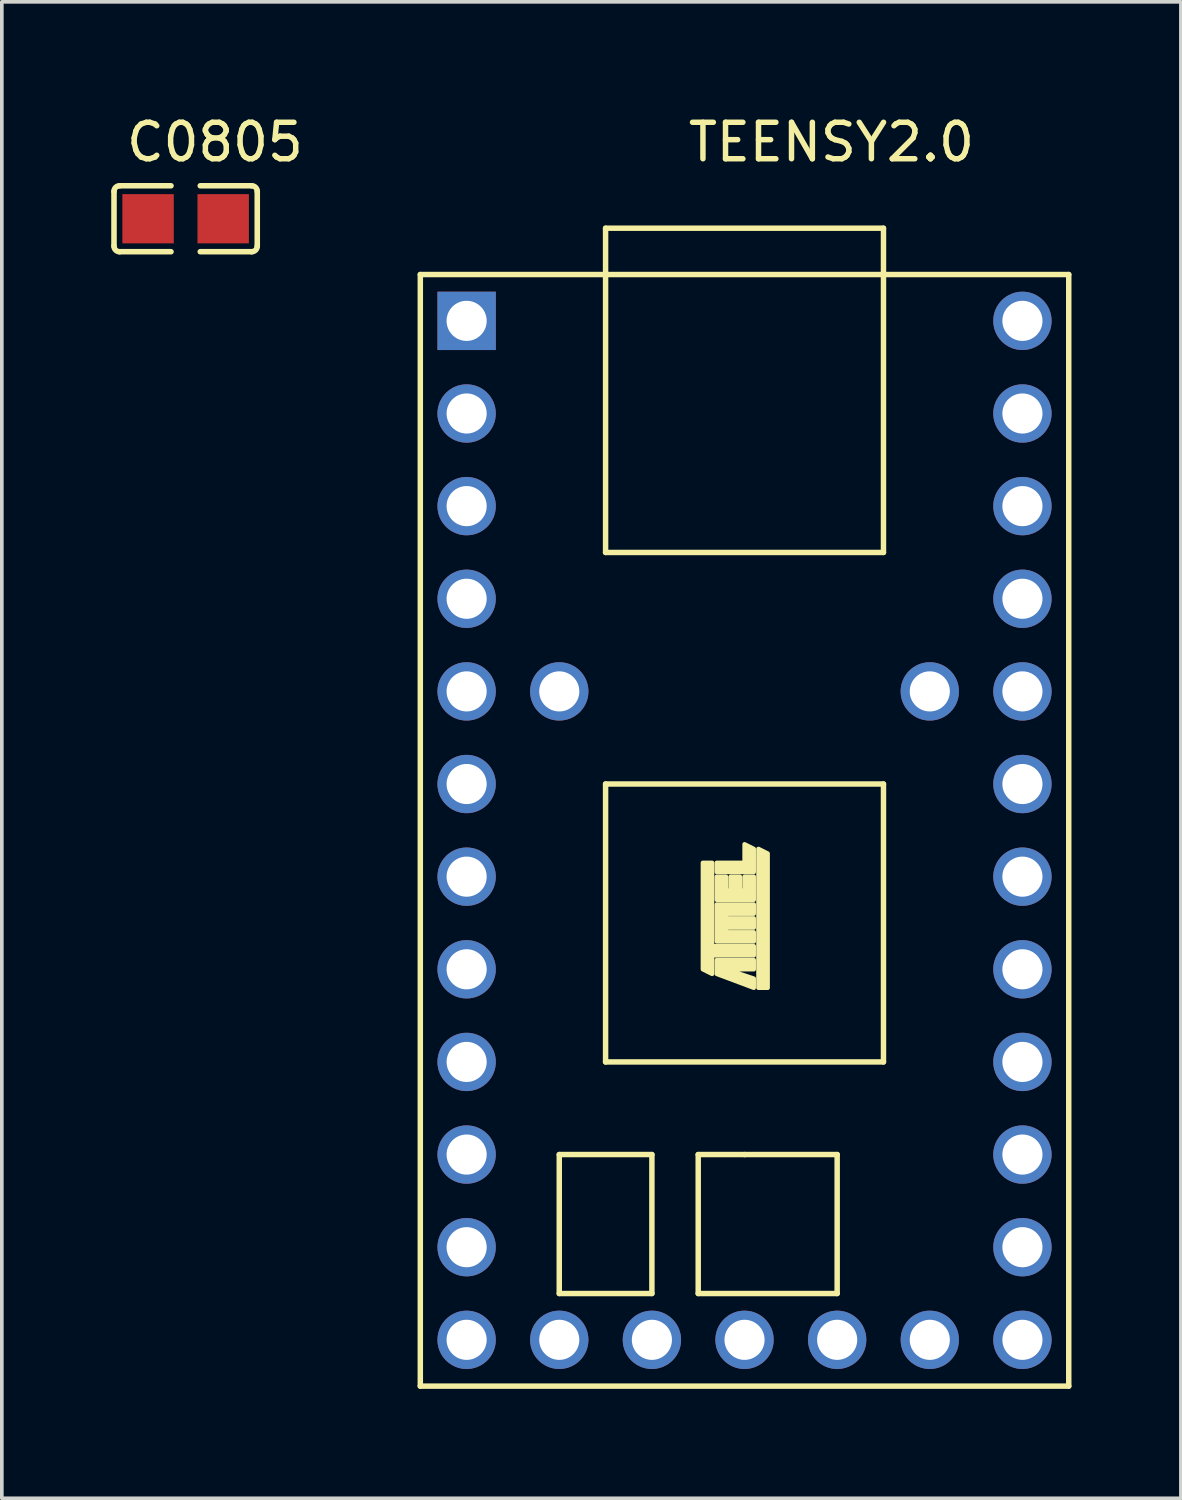
<source format=kicad_pcb>
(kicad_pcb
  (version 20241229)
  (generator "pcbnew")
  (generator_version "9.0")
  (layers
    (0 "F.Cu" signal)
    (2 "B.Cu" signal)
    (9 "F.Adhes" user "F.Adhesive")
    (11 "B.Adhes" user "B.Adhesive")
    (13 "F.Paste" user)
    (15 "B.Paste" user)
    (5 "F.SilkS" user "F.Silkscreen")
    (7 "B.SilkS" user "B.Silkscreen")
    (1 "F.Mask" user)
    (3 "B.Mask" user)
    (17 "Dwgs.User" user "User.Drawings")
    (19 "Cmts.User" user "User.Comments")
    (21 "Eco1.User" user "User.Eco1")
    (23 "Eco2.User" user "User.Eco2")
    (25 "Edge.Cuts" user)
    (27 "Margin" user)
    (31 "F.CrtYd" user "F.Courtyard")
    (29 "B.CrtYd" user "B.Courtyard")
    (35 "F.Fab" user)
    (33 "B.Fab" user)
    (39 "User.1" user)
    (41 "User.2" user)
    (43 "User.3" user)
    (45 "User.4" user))
  (footprint "C0805"
    (layer "F.Cu")
    (at 2.04 2.948)
    (property "Reference" "C0805" (at -1.7 -2.1 0) (layer "F.SilkS") (effects (font (size 1 1) (thickness 0.15)) (justify left)))
    (attr smd)
    (fp_line (start -1.964 0.751) (end -1.964 -0.751) (stroke (width 0.152) (type solid)) (layer "F.SilkS"))
    (fp_line (start -1.811 -0.904) (end -0.401 -0.904) (stroke (width 0.152) (type solid)) (layer "F.SilkS"))
    (fp_line (start -0.401 0.904) (end -1.811 0.904) (stroke (width 0.152) (type solid)) (layer "F.SilkS"))
    (fp_line (start 0.401 0.904) (end 1.811 0.904) (stroke (width 0.152) (type solid)) (layer "F.SilkS"))
    (fp_line (start 1.811 -0.904) (end 0.401 -0.904) (stroke (width 0.152) (type solid)) (layer "F.SilkS"))
    (fp_line (start 1.964 0.751) (end 1.964 -0.751) (stroke (width 0.152) (type solid)) (layer "F.SilkS"))
    (fp_arc (start -1.964 -0.751) (mid -1.919187 -0.859187) (end -1.811 -0.904) (stroke (width 0.152) (type solid)) (layer "F.SilkS"))
    (fp_arc (start -1.811 0.904) (mid -1.919187 0.859187) (end -1.964 0.751) (stroke (width 0.152) (type solid)) (layer "F.SilkS"))
    (fp_arc (start 1.811 -0.904) (mid 1.919187 -0.859187) (end 1.964 -0.751) (stroke (width 0.152) (type solid)) (layer "F.SilkS"))
    (fp_arc (start 1.964 0.751) (mid 1.919187 0.859187) (end 1.811 0.904) (stroke (width 0.152) (type solid)) (layer "F.SilkS"))
    (pad "1" smd rect (at -1.03 0) (size 1.41 1.35) (layers "F.Cu" "F.Mask" "F.Paste"))
    (pad "2" smd rect (at 1.03 0) (size 1.41 1.35) (layers "F.Cu" "F.Mask" "F.Paste")))
  (footprint "TEENSY2.0"
    (layer "F.Cu")
    (at 9.745 5.748)
    (property "Reference" "TEENSY2.0" (at 6 -4.9 0) (layer "F.SilkS") (effects (font (size 1 1) (thickness 0.15)) (justify left)))
    (attr through_hole)
    (fp_line (start -1.27 -1.27) (end 16.51 -1.27) (stroke (width 0.15) (type solid)) (layer "F.SilkS"))
    (fp_line (start -1.27 29.21) (end -1.27 -1.27) (stroke (width 0.15) (type solid)) (layer "F.SilkS"))
    (fp_line (start 2.54 22.86) (end 2.54 26.67) (stroke (width 0.15) (type solid)) (layer "F.SilkS"))
    (fp_line (start 2.54 26.67) (end 5.08 26.67) (stroke (width 0.15) (type solid)) (layer "F.SilkS"))
    (fp_line (start 3.81 -2.54) (end 11.43 -2.54) (stroke (width 0.15) (type solid)) (layer "F.SilkS"))
    (fp_line (start 3.81 6.35) (end 3.81 -2.54) (stroke (width 0.15) (type solid)) (layer "F.SilkS"))
    (fp_line (start 3.81 12.7) (end 3.81 20.32) (stroke (width 0.15) (type solid)) (layer "F.SilkS"))
    (fp_line (start 3.81 20.32) (end 11.43 20.32) (stroke (width 0.15) (type solid)) (layer "F.SilkS"))
    (fp_line (start 5.08 22.86) (end 2.54 22.86) (stroke (width 0.15) (type solid)) (layer "F.SilkS"))
    (fp_line (start 5.08 26.67) (end 5.08 22.86) (stroke (width 0.15) (type solid)) (layer "F.SilkS"))
    (fp_line (start 6.35 22.86) (end 6.35 26.67) (stroke (width 0.15) (type solid)) (layer "F.SilkS"))
    (fp_line (start 6.35 26.67) (end 10.16 26.67) (stroke (width 0.15) (type solid)) (layer "F.SilkS"))
    (fp_line (start 7.62 22.86) (end 6.35 22.86) (stroke (width 0.15) (type solid)) (layer "F.SilkS"))
    (fp_line (start 10.16 22.86) (end 7.62 22.86) (stroke (width 0.15) (type solid)) (layer "F.SilkS"))
    (fp_line (start 10.16 26.67) (end 10.16 22.86) (stroke (width 0.15) (type solid)) (layer "F.SilkS"))
    (fp_line (start 11.43 -2.54) (end 11.43 6.35) (stroke (width 0.15) (type solid)) (layer "F.SilkS"))
    (fp_line (start 11.43 6.35) (end 3.81 6.35) (stroke (width 0.15) (type solid)) (layer "F.SilkS"))
    (fp_line (start 11.43 12.7) (end 3.81 12.7) (stroke (width 0.15) (type solid)) (layer "F.SilkS"))
    (fp_line (start 11.43 20.32) (end 11.43 12.7) (stroke (width 0.15) (type solid)) (layer "F.SilkS"))
    (fp_line (start 16.51 -1.27) (end 16.51 29.21) (stroke (width 0.15) (type solid)) (layer "F.SilkS"))
    (fp_line (start 16.51 29.21) (end -1.27 29.21) (stroke (width 0.15) (type solid)) (layer "F.SilkS"))
    (fp_poly (pts (xy 8.001 18.288) (xy 8.001 14.478) (xy 8.255 14.605) (xy 8.255 18.288)) (stroke (width 0.12) (type solid)) (fill yes) (layer "F.SilkS"))
    (fp_poly (pts (xy 6.858 15.113) (xy 7.874 15.113) (xy 7.874 14.478) (xy 7.62 14.351) (xy 7.62 14.859) (xy 6.858 14.859)) (stroke (width 0.12) (type solid)) (fill yes) (layer "F.SilkS"))
    (fp_poly (pts (xy 7.874 17.526) (xy 6.858 17.526) (xy 6.858 17.907) (xy 7.874 18.288) (xy 7.874 18.034) (xy 7.112 17.78) (xy 7.874 17.78)) (stroke (width 0.12) (type solid)) (fill yes) (layer "F.SilkS"))
    (fp_poly (pts (xy 6.731 14.859) (xy 6.731 17.145) (xy 7.874 17.145) (xy 7.874 17.399) (xy 6.731 17.399) (xy 6.731 17.907) (xy 6.477 17.78) (xy 6.477 14.859)) (stroke (width 0.12) (type solid)) (fill yes) (layer "F.SilkS"))
    (fp_poly (pts (xy 6.858 15.875) (xy 6.858 15.24) (xy 7.112 15.24) (xy 7.112 15.621) (xy 7.239 15.621) (xy 7.239 15.24) (xy 7.493 15.24) (xy 7.493 15.621) (xy 7.62 15.621) (xy 7.62 15.24) (xy 7.874 15.24) (xy 7.874 15.875)) (stroke (width 0.12) (type solid)) (fill yes) (layer "F.SilkS"))
    (fp_poly (pts (xy 7.874 16.002) (xy 6.858 16.002) (xy 6.858 17.018) (xy 7.874 17.018) (xy 7.874 16.764) (xy 7.112 16.764) (xy 7.112 16.637) (xy 7.874 16.637) (xy 7.874 16.383) (xy 7.112 16.383) (xy 7.112 16.256) (xy 7.874 16.256)) (stroke (width 0.12) (type solid)) (fill yes) (layer "F.SilkS"))
    (pad "1" thru_hole rect (at 0 0 270) (size 1.6 1.6) (drill oval 1.1) (layers "*.Cu" "*.Mask"))
    (pad "2" thru_hole circle (at 0 2.54 270) (size 1.6 1.6) (drill oval 1.1) (layers "*.Cu" "*.Mask"))
    (pad "3" thru_hole circle (at 0 5.08 270) (size 1.6 1.6) (drill oval 1.1) (layers "*.Cu" "*.Mask"))
    (pad "4" thru_hole circle (at 0 7.62 270) (size 1.6 1.6) (drill oval 1.1) (layers "*.Cu" "*.Mask"))
    (pad "5" thru_hole circle (at 0 10.16 270) (size 1.6 1.6) (drill oval 1.1) (layers "*.Cu" "*.Mask"))
    (pad "6" thru_hole circle (at 0 12.7 270) (size 1.6 1.6) (drill oval 1.1) (layers "*.Cu" "*.Mask"))
    (pad "7" thru_hole circle (at 0 15.24 270) (size 1.6 1.6) (drill oval 1.1) (layers "*.Cu" "*.Mask"))
    (pad "8" thru_hole circle (at 0 17.78 270) (size 1.6 1.6) (drill oval 1.1) (layers "*.Cu" "*.Mask"))
    (pad "9" thru_hole circle (at 0 20.32 270) (size 1.6 1.6) (drill oval 1.1) (layers "*.Cu" "*.Mask"))
    (pad "10" thru_hole circle (at 0 22.86 270) (size 1.6 1.6) (drill oval 1.1) (layers "*.Cu" "*.Mask"))
    (pad "11" thru_hole circle (at 0 25.4 270) (size 1.6 1.6) (drill oval 1.1) (layers "*.Cu" "*.Mask"))
    (pad "12" thru_hole circle (at 0 27.94 270) (size 1.6 1.6) (drill oval 1.1) (layers "*.Cu" "*.Mask"))
    (pad "13" thru_hole circle (at 2.54 27.94 270) (size 1.6 1.6) (drill oval 1.1) (layers "*.Cu" "*.Mask"))
    (pad "14" thru_hole circle (at 5.08 27.94 270) (size 1.6 1.6) (drill oval 1.1) (layers "*.Cu" "*.Mask"))
    (pad "15" thru_hole circle (at 7.62 27.94 270) (size 1.6 1.6) (drill oval 1.1) (layers "*.Cu" "*.Mask"))
    (pad "16" thru_hole circle (at 10.16 27.94 270) (size 1.6 1.6) (drill oval 1.1) (layers "*.Cu" "*.Mask"))
    (pad "17" thru_hole circle (at 12.7 27.94 270) (size 1.6 1.6) (drill oval 1.1) (layers "*.Cu" "*.Mask"))
    (pad "18" thru_hole circle (at 15.24 27.94 270) (size 1.6 1.6) (drill oval 1.1) (layers "*.Cu" "*.Mask"))
    (pad "19" thru_hole circle (at 15.24 25.4 270) (size 1.6 1.6) (drill oval 1.1) (layers "*.Cu" "*.Mask"))
    (pad "20" thru_hole circle (at 15.24 22.86 270) (size 1.6 1.6) (drill oval 1.1) (layers "*.Cu" "*.Mask"))
    (pad "21" thru_hole circle (at 15.24 20.32 270) (size 1.6 1.6) (drill oval 1.1) (layers "*.Cu" "*.Mask"))
    (pad "22" thru_hole circle (at 15.24 17.78 270) (size 1.6 1.6) (drill oval 1.1) (layers "*.Cu" "*.Mask"))
    (pad "23" thru_hole circle (at 15.24 15.24 270) (size 1.6 1.6) (drill oval 1.1) (layers "*.Cu" "*.Mask"))
    (pad "24" thru_hole circle (at 15.24 12.7 270) (size 1.6 1.6) (drill oval 1.1) (layers "*.Cu" "*.Mask"))
    (pad "25" thru_hole circle (at 15.24 10.16 270) (size 1.6 1.6) (drill oval 1.1) (layers "*.Cu" "*.Mask"))
    (pad "26" thru_hole circle (at 15.24 7.62 270) (size 1.6 1.6) (drill oval 1.1) (layers "*.Cu" "*.Mask"))
    (pad "27" thru_hole circle (at 15.24 5.08 270) (size 1.6 1.6) (drill oval 1.1) (layers "*.Cu" "*.Mask"))
    (pad "28" thru_hole circle (at 15.24 2.54 270) (size 1.6 1.6) (drill oval 1.1) (layers "*.Cu" "*.Mask"))
    (pad "29" thru_hole circle (at 15.24 0 270) (size 1.6 1.6) (drill oval 1.1) (layers "*.Cu" "*.Mask"))
    (pad "30" thru_hole circle (at 2.54 10.16 270) (size 1.6 1.6) (drill oval 1.1) (layers "*.Cu" "*.Mask"))
    (pad "31" thru_hole circle (at 12.7 10.16 270) (size 1.6 1.6) (drill oval 1.1) (layers "*.Cu" "*.Mask")))
  (gr_rect
    (start -3 -3)
    (end 29.33 38.033)
    (stroke (width 0.1) (type default))
    (fill no)
    (layer "Edge.Cuts")))
</source>
